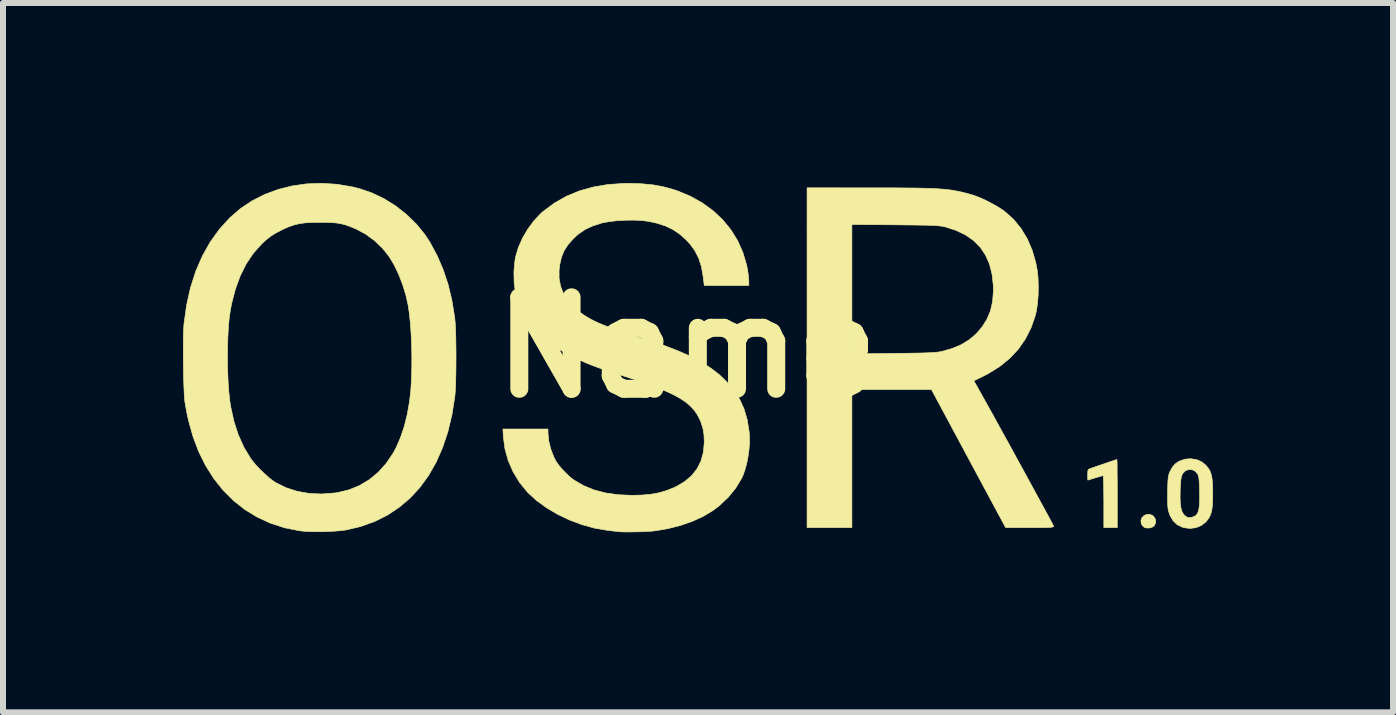
<source format=kicad_pcb>
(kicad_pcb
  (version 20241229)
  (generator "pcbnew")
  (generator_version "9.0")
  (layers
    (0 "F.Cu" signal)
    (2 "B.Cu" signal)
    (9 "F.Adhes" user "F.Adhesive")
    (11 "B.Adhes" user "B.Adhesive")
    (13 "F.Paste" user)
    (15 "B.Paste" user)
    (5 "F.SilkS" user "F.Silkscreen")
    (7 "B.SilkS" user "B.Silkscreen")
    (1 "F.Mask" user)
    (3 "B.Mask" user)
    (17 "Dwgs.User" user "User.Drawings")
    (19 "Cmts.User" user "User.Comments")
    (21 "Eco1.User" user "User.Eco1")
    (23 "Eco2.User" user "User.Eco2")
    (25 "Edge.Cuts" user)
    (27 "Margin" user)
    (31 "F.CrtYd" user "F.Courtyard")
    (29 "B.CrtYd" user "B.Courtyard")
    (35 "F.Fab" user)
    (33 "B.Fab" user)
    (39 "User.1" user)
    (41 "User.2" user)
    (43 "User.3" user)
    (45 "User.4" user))
  (footprint "Name"
    (layer "F.Cu")
    (at 8.399 2.74)
    (property "Reference" "Name" (at 0 0 0) (layer "F.SilkS") (effects (font (size 1.524 1.524) (thickness 0.3))))
    (attr through_hole)
    (fp_poly (pts (xy 7.755 2.798) (xy 7.778 2.816) (xy 7.808 2.864) (xy 7.812 2.918) (xy 7.791 2.969) (xy 7.788 2.972) (xy 7.75 2.999) (xy 7.698 3.011) (xy 7.645 3.008) (xy 7.625 3.001) (xy 7.595 2.975) (xy 7.574 2.942) (xy 7.566 2.889) (xy 7.58 2.843) (xy 7.613 2.807) (xy 7.657 2.785) (xy 7.706 2.781) (xy 7.755 2.798)) (stroke (width 0.01) (type solid)) (fill yes) (layer "F.SilkS"))
    (fp_poly (pts (xy 7.167 1.882) (xy 7.169 1.923) (xy 7.17 1.988) (xy 7.17 2.072) (xy 7.171 2.174) (xy 7.172 2.289) (xy 7.172 2.414) (xy 7.172 2.435) (xy 7.172 3.003) (xy 6.948 3.003) (xy 6.948 2.57) (xy 6.947 2.46) (xy 6.946 2.36) (xy 6.945 2.274) (xy 6.942 2.206) (xy 6.94 2.159) (xy 6.937 2.138) (xy 6.936 2.137) (xy 6.918 2.141) (xy 6.878 2.152) (xy 6.825 2.168) (xy 6.806 2.174) (xy 6.751 2.191) (xy 6.708 2.204) (xy 6.685 2.211) (xy 6.682 2.211) (xy 6.68 2.198) (xy 6.679 2.163) (xy 6.679 2.123) (xy 6.68 2.074) (xy 6.685 2.045) (xy 6.698 2.03) (xy 6.724 2.019) (xy 6.727 2.018) (xy 6.777 2) (xy 6.84 1.978) (xy 6.91 1.954) (xy 6.981 1.93) (xy 7.048 1.907) (xy 7.105 1.888) (xy 7.146 1.874) (xy 7.165 1.868) (xy 7.166 1.868) (xy 7.167 1.882)) (stroke (width 0.01) (type solid)) (fill yes) (layer "F.SilkS"))
    (fp_poly (pts (xy 8.493 1.87) (xy 8.579 1.907) (xy 8.647 1.962) (xy 8.686 2.009) (xy 8.716 2.058) (xy 8.737 2.114) (xy 8.751 2.181) (xy 8.759 2.266) (xy 8.762 2.372) (xy 8.763 2.435) (xy 8.761 2.555) (xy 8.756 2.65) (xy 8.745 2.725) (xy 8.727 2.786) (xy 8.702 2.838) (xy 8.668 2.885) (xy 8.647 2.909) (xy 8.574 2.967) (xy 8.485 3.004) (xy 8.388 3.017) (xy 8.29 3.006) (xy 8.256 2.996) (xy 8.169 2.953) (xy 8.103 2.89) (xy 8.053 2.805) (xy 8.029 2.738) (xy 8.02 2.699) (xy 8.014 2.651) (xy 8.011 2.59) (xy 8.01 2.509) (xy 8.01 2.501) (xy 8.219 2.501) (xy 8.223 2.6) (xy 8.233 2.677) (xy 8.25 2.735) (xy 8.275 2.779) (xy 8.294 2.799) (xy 8.33 2.827) (xy 8.364 2.837) (xy 8.403 2.834) (xy 8.456 2.818) (xy 8.49 2.794) (xy 8.512 2.76) (xy 8.527 2.716) (xy 8.538 2.659) (xy 8.543 2.584) (xy 8.545 2.486) (xy 8.544 2.399) (xy 8.541 2.302) (xy 8.537 2.229) (xy 8.532 2.177) (xy 8.524 2.14) (xy 8.514 2.115) (xy 8.514 2.113) (xy 8.472 2.064) (xy 8.42 2.038) (xy 8.363 2.035) (xy 8.309 2.055) (xy 8.265 2.099) (xy 8.253 2.12) (xy 8.241 2.155) (xy 8.232 2.203) (xy 8.226 2.271) (xy 8.221 2.364) (xy 8.221 2.376) (xy 8.219 2.501) (xy 8.01 2.501) (xy 8.011 2.404) (xy 8.011 2.401) (xy 8.013 2.305) (xy 8.016 2.233) (xy 8.02 2.18) (xy 8.026 2.14) (xy 8.035 2.108) (xy 8.047 2.078) (xy 8.05 2.07) (xy 8.092 1.994) (xy 8.141 1.939) (xy 8.204 1.897) (xy 8.208 1.895) (xy 8.3 1.863) (xy 8.397 1.855) (xy 8.493 1.87)) (stroke (width 0.01) (type solid)) (fill yes) (layer "F.SilkS"))
    (fp_poly (pts (xy 3.044 -2.659) (xy 3.276 -2.659) (xy 3.48 -2.659) (xy 3.659 -2.657) (xy 3.815 -2.656) (xy 3.952 -2.653) (xy 4.072 -2.649) (xy 4.176 -2.644) (xy 4.269 -2.637) (xy 4.351 -2.629) (xy 4.426 -2.619) (xy 4.496 -2.606) (xy 4.564 -2.592) (xy 4.632 -2.576) (xy 4.702 -2.557) (xy 4.759 -2.541) (xy 4.851 -2.508) (xy 4.957 -2.462) (xy 5.068 -2.406) (xy 5.175 -2.346) (xy 5.268 -2.286) (xy 5.303 -2.26) (xy 5.446 -2.131) (xy 5.569 -1.98) (xy 5.673 -1.808) (xy 5.754 -1.619) (xy 5.814 -1.413) (xy 5.836 -1.296) (xy 5.851 -1.166) (xy 5.856 -1.023) (xy 5.854 -0.876) (xy 5.843 -0.735) (xy 5.824 -0.607) (xy 5.808 -0.538) (xy 5.737 -0.331) (xy 5.642 -0.143) (xy 5.523 0.029) (xy 5.38 0.182) (xy 5.213 0.318) (xy 5.021 0.437) (xy 4.951 0.473) (xy 4.781 0.557) (xy 4.816 0.618) (xy 4.847 0.672) (xy 4.888 0.745) (xy 4.939 0.837) (xy 4.999 0.944) (xy 5.066 1.064) (xy 5.139 1.196) (xy 5.216 1.337) (xy 5.297 1.484) (xy 5.381 1.635) (xy 5.465 1.789) (xy 5.549 1.943) (xy 5.632 2.094) (xy 5.712 2.241) (xy 5.788 2.38) (xy 5.859 2.511) (xy 5.924 2.63) (xy 5.981 2.735) (xy 6.03 2.825) (xy 6.068 2.896) (xy 6.095 2.947) (xy 6.109 2.976) (xy 6.111 2.981) (xy 6.108 2.987) (xy 6.096 2.993) (xy 6.072 2.997) (xy 6.033 3) (xy 5.976 3.002) (xy 5.898 3.003) (xy 5.795 3.003) (xy 5.711 3.003) (xy 5.311 3.003) (xy 4.693 1.853) (xy 4.075 0.702) (xy 2.749 0.702) (xy 2.749 3.003) (xy 2.002 3.003) (xy 2.002 0.108) (xy 2.749 0.108) (xy 3.44 0.1) (xy 3.613 0.098) (xy 3.759 0.096) (xy 3.881 0.094) (xy 3.98 0.091) (xy 4.061 0.088) (xy 4.125 0.084) (xy 4.174 0.079) (xy 4.213 0.074) (xy 4.236 0.07) (xy 4.415 0.02) (xy 4.57 -0.045) (xy 4.706 -0.128) (xy 4.824 -0.23) (xy 4.919 -0.341) (xy 5.001 -0.471) (xy 5.059 -0.611) (xy 5.094 -0.764) (xy 5.107 -0.933) (xy 5.106 -1.031) (xy 5.085 -1.22) (xy 5.042 -1.39) (xy 4.975 -1.54) (xy 4.886 -1.672) (xy 4.773 -1.784) (xy 4.638 -1.878) (xy 4.478 -1.953) (xy 4.311 -2.007) (xy 4.281 -2.014) (xy 4.251 -2.02) (xy 4.217 -2.024) (xy 4.176 -2.028) (xy 4.126 -2.032) (xy 4.064 -2.034) (xy 3.986 -2.037) (xy 3.89 -2.038) (xy 3.773 -2.04) (xy 3.631 -2.041) (xy 3.47 -2.043) (xy 2.749 -2.049) (xy 2.749 0.108) (xy 2.002 0.108) (xy 2.002 -2.66) (xy 3.044 -2.659)) (stroke (width 0.01) (type solid)) (fill yes) (layer "F.SilkS"))
    (fp_poly (pts (xy -5.833 -2.719) (xy -5.578 -2.676) (xy -5.461 -2.647) (xy -5.253 -2.576) (xy -5.049 -2.479) (xy -4.855 -2.358) (xy -4.675 -2.216) (xy -4.511 -2.057) (xy -4.369 -1.883) (xy -4.285 -1.756) (xy -4.163 -1.529) (xy -4.062 -1.294) (xy -3.98 -1.047) (xy -3.917 -0.783) (xy -3.871 -0.498) (xy -3.868 -0.471) (xy -3.862 -0.403) (xy -3.857 -0.31) (xy -3.853 -0.198) (xy -3.851 -0.071) (xy -3.849 0.065) (xy -3.849 0.204) (xy -3.85 0.343) (xy -3.852 0.475) (xy -3.855 0.596) (xy -3.859 0.7) (xy -3.865 0.783) (xy -3.868 0.814) (xy -3.916 1.119) (xy -3.984 1.404) (xy -4.072 1.668) (xy -4.179 1.911) (xy -4.305 2.133) (xy -4.45 2.333) (xy -4.613 2.51) (xy -4.795 2.664) (xy -4.993 2.796) (xy -5.209 2.903) (xy -5.442 2.986) (xy -5.678 3.042) (xy -5.768 3.054) (xy -5.879 3.063) (xy -6.004 3.069) (xy -6.132 3.072) (xy -6.257 3.07) (xy -6.369 3.065) (xy -6.458 3.056) (xy -6.707 3.006) (xy -6.942 2.93) (xy -7.163 2.828) (xy -7.369 2.702) (xy -7.558 2.553) (xy -7.731 2.38) (xy -7.886 2.185) (xy -8.022 1.97) (xy -8.139 1.734) (xy -8.235 1.478) (xy -8.311 1.204) (xy -8.314 1.188) (xy -8.332 1.105) (xy -8.348 1.019) (xy -8.362 0.94) (xy -8.368 0.904) (xy -8.374 0.844) (xy -8.379 0.758) (xy -8.384 0.653) (xy -8.388 0.532) (xy -8.391 0.401) (xy -8.393 0.264) (xy -8.393 0.21) (xy -7.658 0.21) (xy -7.654 0.396) (xy -7.647 0.575) (xy -7.635 0.742) (xy -7.619 0.891) (xy -7.606 0.979) (xy -7.552 1.227) (xy -7.478 1.455) (xy -7.385 1.663) (xy -7.273 1.848) (xy -7.24 1.893) (xy -7.181 1.964) (xy -7.109 2.04) (xy -7.03 2.115) (xy -6.952 2.183) (xy -6.881 2.236) (xy -6.854 2.254) (xy -6.681 2.339) (xy -6.494 2.399) (xy -6.294 2.434) (xy -6.085 2.443) (xy -5.869 2.426) (xy -5.82 2.419) (xy -5.631 2.373) (xy -5.455 2.301) (xy -5.292 2.203) (xy -5.144 2.08) (xy -5.012 1.933) (xy -4.897 1.763) (xy -4.848 1.673) (xy -4.776 1.508) (xy -4.713 1.321) (xy -4.662 1.118) (xy -4.624 0.905) (xy -4.602 0.713) (xy -4.592 0.537) (xy -4.586 0.347) (xy -4.585 0.15) (xy -4.589 -0.047) (xy -4.598 -0.24) (xy -4.611 -0.42) (xy -4.629 -0.583) (xy -4.647 -0.705) (xy -4.685 -0.873) (xy -4.738 -1.046) (xy -4.804 -1.216) (xy -4.879 -1.373) (xy -4.96 -1.509) (xy -4.961 -1.511) (xy -5.073 -1.652) (xy -5.206 -1.779) (xy -5.356 -1.889) (xy -5.515 -1.974) (xy -5.524 -1.978) (xy -5.612 -2.014) (xy -5.69 -2.042) (xy -5.765 -2.061) (xy -5.844 -2.074) (xy -5.935 -2.081) (xy -6.044 -2.084) (xy -6.118 -2.084) (xy -6.253 -2.082) (xy -6.364 -2.076) (xy -6.46 -2.062) (xy -6.547 -2.042) (xy -6.633 -2.012) (xy -6.725 -1.972) (xy -6.751 -1.959) (xy -6.853 -1.906) (xy -6.936 -1.854) (xy -7.013 -1.794) (xy -7.092 -1.721) (xy -7.228 -1.567) (xy -7.346 -1.391) (xy -7.445 -1.193) (xy -7.526 -0.971) (xy -7.59 -0.725) (xy -7.612 -0.605) (xy -7.63 -0.477) (xy -7.643 -0.326) (xy -7.652 -0.157) (xy -7.657 0.024) (xy -7.658 0.21) (xy -8.393 0.21) (xy -8.394 0.127) (xy -8.394 -0.006) (xy -8.393 -0.129) (xy -8.391 -0.239) (xy -8.387 -0.329) (xy -8.382 -0.396) (xy -8.339 -0.705) (xy -8.274 -0.996) (xy -8.187 -1.268) (xy -8.078 -1.52) (xy -7.948 -1.752) (xy -7.796 -1.964) (xy -7.624 -2.155) (xy -7.618 -2.161) (xy -7.441 -2.314) (xy -7.246 -2.444) (xy -7.036 -2.55) (xy -6.812 -2.633) (xy -6.578 -2.692) (xy -6.335 -2.726) (xy -6.086 -2.735) (xy -5.833 -2.719)) (stroke (width 0.01) (type solid)) (fill yes) (layer "F.SilkS"))
    (fp_poly (pts (xy -0.767 -2.728) (xy -0.579 -2.711) (xy -0.404 -2.68) (xy -0.235 -2.634) (xy -0.164 -2.611) (xy 0.056 -2.52) (xy 0.256 -2.408) (xy 0.437 -2.277) (xy 0.596 -2.127) (xy 0.732 -1.961) (xy 0.845 -1.779) (xy 0.932 -1.583) (xy 0.994 -1.375) (xy 1.009 -1.3) (xy 1.019 -1.231) (xy 1.027 -1.163) (xy 1.031 -1.11) (xy 1.031 -1.102) (xy 1.031 -1.031) (xy 0.289 -1.031) (xy 0.27 -1.181) (xy 0.242 -1.343) (xy 0.197 -1.484) (xy 0.133 -1.61) (xy 0.048 -1.727) (xy -0.014 -1.793) (xy -0.122 -1.889) (xy -0.235 -1.965) (xy -0.361 -2.025) (xy -0.505 -2.071) (xy -0.636 -2.1) (xy -0.745 -2.114) (xy -0.875 -2.121) (xy -1.014 -2.12) (xy -1.154 -2.113) (xy -1.286 -2.098) (xy -1.4 -2.078) (xy -1.423 -2.072) (xy -1.572 -2.024) (xy -1.7 -1.964) (xy -1.812 -1.887) (xy -1.89 -1.816) (xy -1.98 -1.715) (xy -2.046 -1.614) (xy -2.091 -1.504) (xy -2.12 -1.379) (xy -2.131 -1.285) (xy -2.131 -1.148) (xy -2.106 -1.018) (xy -2.055 -0.889) (xy -2.054 -0.885) (xy -1.994 -0.785) (xy -1.916 -0.694) (xy -1.815 -0.607) (xy -1.723 -0.543) (xy -1.665 -0.506) (xy -1.606 -0.472) (xy -1.542 -0.439) (xy -1.471 -0.406) (xy -1.39 -0.372) (xy -1.296 -0.336) (xy -1.187 -0.297) (xy -1.059 -0.253) (xy -0.909 -0.204) (xy -0.736 -0.148) (xy -0.62 -0.112) (xy -0.364 -0.026) (xy -0.137 0.062) (xy 0.066 0.152) (xy 0.244 0.247) (xy 0.402 0.348) (xy 0.54 0.455) (xy 0.661 0.571) (xy 0.767 0.696) (xy 0.785 0.719) (xy 0.881 0.87) (xy 0.954 1.032) (xy 1.005 1.209) (xy 1.036 1.403) (xy 1.041 1.465) (xy 1.043 1.595) (xy 1.031 1.735) (xy 1.009 1.877) (xy 0.976 2.011) (xy 0.936 2.129) (xy 0.912 2.181) (xy 0.811 2.347) (xy 0.684 2.502) (xy 0.536 2.641) (xy 0.427 2.723) (xy 0.269 2.817) (xy 0.089 2.899) (xy -0.109 2.968) (xy -0.319 3.021) (xy -0.517 3.055) (xy -0.588 3.063) (xy -0.676 3.068) (xy -0.775 3.073) (xy -0.878 3.075) (xy -0.976 3.076) (xy -1.064 3.075) (xy -1.133 3.072) (xy -1.165 3.068) (xy -1.197 3.064) (xy -1.249 3.058) (xy -1.312 3.05) (xy -1.337 3.047) (xy -1.545 3.011) (xy -1.753 2.953) (xy -1.959 2.876) (xy -2.156 2.782) (xy -2.34 2.673) (xy -2.505 2.553) (xy -2.647 2.424) (xy -2.659 2.411) (xy -2.791 2.249) (xy -2.898 2.072) (xy -2.98 1.884) (xy -3.034 1.686) (xy -3.059 1.498) (xy -3.067 1.36) (xy -2.316 1.36) (xy -2.316 1.424) (xy -2.304 1.555) (xy -2.27 1.694) (xy -2.217 1.83) (xy -2.186 1.892) (xy -2.145 1.952) (xy -2.088 2.021) (xy -2.021 2.092) (xy -1.952 2.157) (xy -1.889 2.207) (xy -1.884 2.21) (xy -1.724 2.303) (xy -1.55 2.375) (xy -1.36 2.425) (xy -1.151 2.455) (xy -0.922 2.465) (xy -0.919 2.465) (xy -0.751 2.461) (xy -0.604 2.448) (xy -0.472 2.424) (xy -0.348 2.389) (xy -0.224 2.34) (xy -0.179 2.319) (xy -0.04 2.238) (xy 0.076 2.14) (xy 0.168 2.024) (xy 0.234 1.893) (xy 0.274 1.746) (xy 0.289 1.585) (xy 0.289 1.584) (xy 0.284 1.458) (xy 0.266 1.348) (xy 0.233 1.245) (xy 0.207 1.186) (xy 0.166 1.11) (xy 0.116 1.04) (xy 0.054 0.974) (xy -0.022 0.911) (xy -0.113 0.85) (xy -0.222 0.79) (xy -0.35 0.73) (xy -0.501 0.668) (xy -0.674 0.604) (xy -0.874 0.536) (xy -1.053 0.478) (xy -1.216 0.426) (xy -1.355 0.38) (xy -1.476 0.338) (xy -1.583 0.298) (xy -1.682 0.258) (xy -1.778 0.216) (xy -1.877 0.17) (xy -1.907 0.155) (xy -2.118 0.041) (xy -2.306 -0.085) (xy -2.468 -0.22) (xy -2.603 -0.365) (xy -2.711 -0.518) (xy -2.792 -0.678) (xy -2.81 -0.726) (xy -2.855 -0.894) (xy -2.88 -1.076) (xy -2.884 -1.262) (xy -2.867 -1.444) (xy -2.854 -1.517) (xy -2.809 -1.667) (xy -2.741 -1.821) (xy -2.653 -1.971) (xy -2.551 -2.109) (xy -2.439 -2.229) (xy -2.397 -2.266) (xy -2.21 -2.405) (xy -2.009 -2.519) (xy -1.794 -2.608) (xy -1.563 -2.673) (xy -1.316 -2.715) (xy -1.051 -2.733) (xy -0.976 -2.734) (xy -0.767 -2.728)) (stroke (width 0.01) (type solid)) (fill yes) (layer "F.SilkS")))
  (gr_rect
    (start -3 -3)
    (end 20.167 8.822)
    (stroke (width 0.1) (type default))
    (fill no)
    (layer "Edge.Cuts")))
</source>
